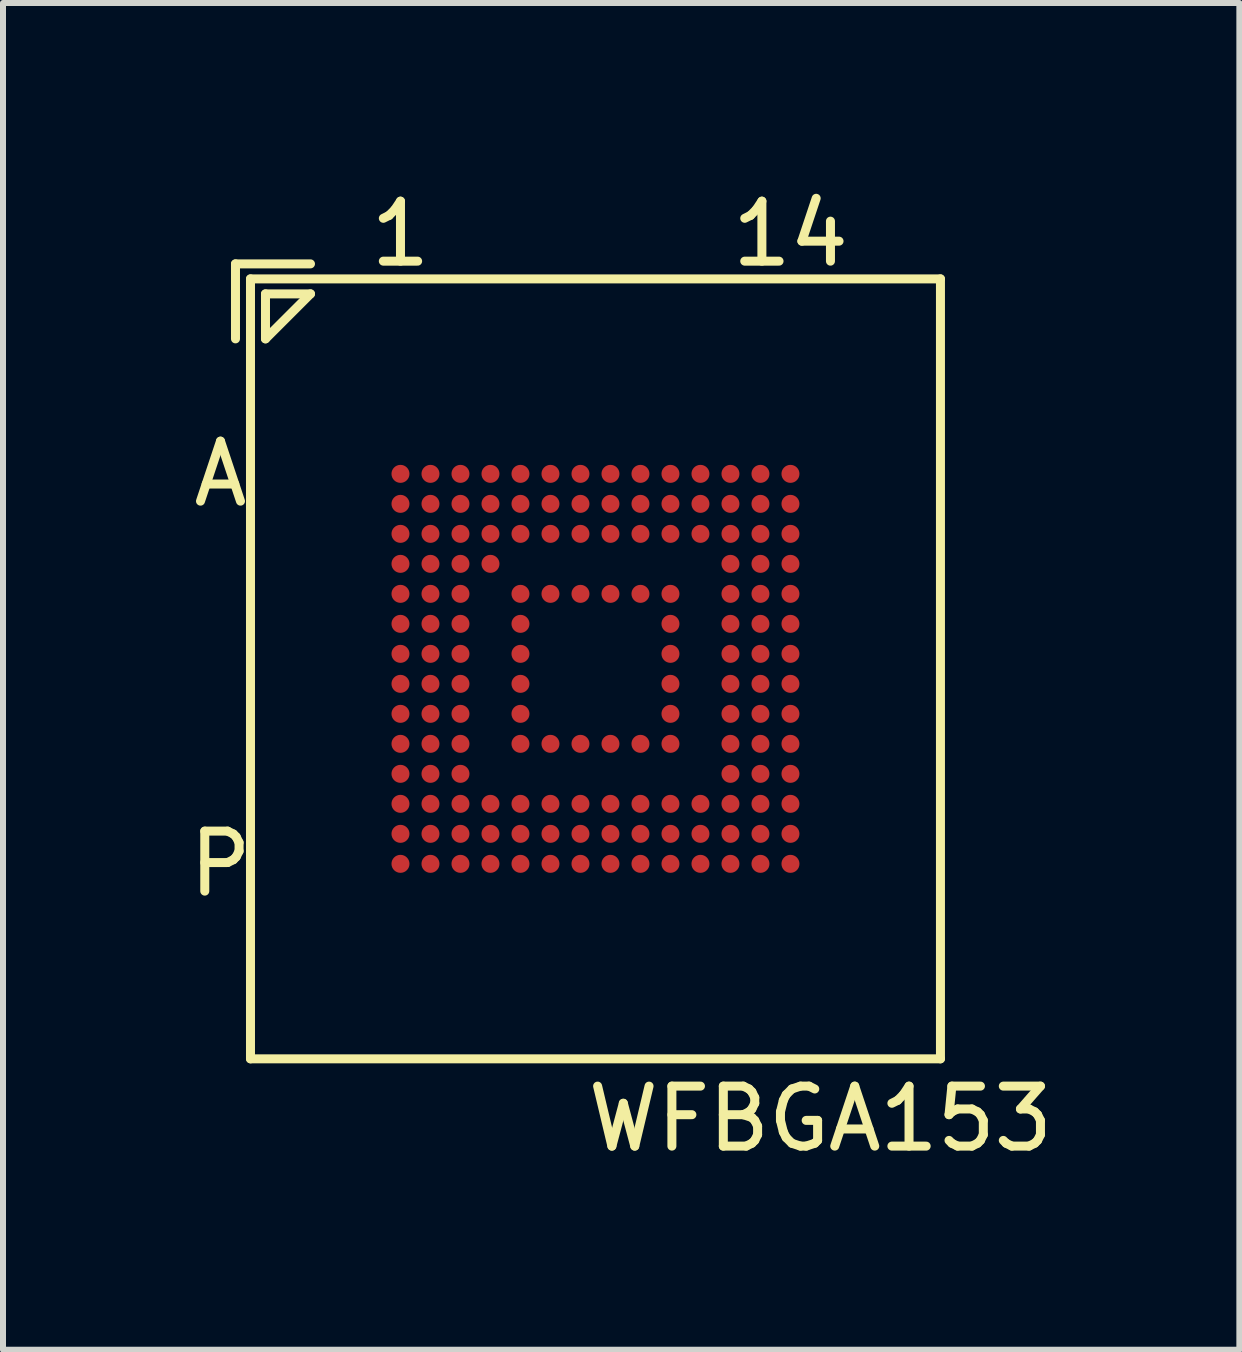
<source format=kicad_pcb>
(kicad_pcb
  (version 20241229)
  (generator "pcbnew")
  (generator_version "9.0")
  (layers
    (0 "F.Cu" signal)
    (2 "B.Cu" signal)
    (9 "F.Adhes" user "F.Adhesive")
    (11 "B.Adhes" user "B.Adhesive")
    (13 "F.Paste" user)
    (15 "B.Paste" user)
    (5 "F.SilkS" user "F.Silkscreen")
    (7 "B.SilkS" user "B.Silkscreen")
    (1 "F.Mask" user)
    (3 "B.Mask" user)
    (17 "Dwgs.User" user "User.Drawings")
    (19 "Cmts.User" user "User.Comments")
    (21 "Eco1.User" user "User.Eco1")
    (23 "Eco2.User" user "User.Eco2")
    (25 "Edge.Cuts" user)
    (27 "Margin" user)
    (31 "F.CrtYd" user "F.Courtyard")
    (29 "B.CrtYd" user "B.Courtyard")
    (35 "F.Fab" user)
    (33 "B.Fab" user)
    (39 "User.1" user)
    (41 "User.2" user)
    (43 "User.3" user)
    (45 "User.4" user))
  (footprint "WFBGA153"
    (layer "F.Cu")
    (at 6.875 8.098)
    (property "Reference" "WFBGA153" (at 3.75 7.5 0) (layer "F.SilkS") (effects (font (size 1 1) (thickness 0.15))))
    (attr through_hole)
    (fp_line (start -6 -6.75) (end -4.75 -6.75) (stroke (width 0.15) (type solid)) (layer "F.SilkS"))
    (fp_line (start -6 -5.5) (end -6 -6.75) (stroke (width 0.15) (type solid)) (layer "F.SilkS"))
    (fp_line (start -5.75 -6.5) (end 5.75 -6.5) (stroke (width 0.15) (type solid)) (layer "F.SilkS"))
    (fp_line (start -5.75 6.5) (end -5.75 -6.5) (stroke (width 0.15) (type solid)) (layer "F.SilkS"))
    (fp_line (start -5.5 -6.25) (end -4.75 -6.25) (stroke (width 0.15) (type solid)) (layer "F.SilkS"))
    (fp_line (start -5.5 -5.5) (end -5.5 -6.25) (stroke (width 0.15) (type solid)) (layer "F.SilkS"))
    (fp_line (start -4.75 -6.25) (end -5.5 -5.5) (stroke (width 0.15) (type solid)) (layer "F.SilkS"))
    (fp_line (start 5.75 -6.5) (end 5.75 6.5) (stroke (width 0.15) (type solid)) (layer "F.SilkS"))
    (fp_line (start 5.75 6.5) (end -5.75 6.5) (stroke (width 0.15) (type solid)) (layer "F.SilkS"))
    (fp_text user "A" (at -6.25 -3.25 0) (layer "F.SilkS") (effects (font (size 1 1) (thickness 0.15))))
    (fp_text user "14" (at 3.25 -7.25 0) (layer "F.SilkS") (effects (font (size 1 1) (thickness 0.15))))
    (fp_text user "1" (at -3.25 -7.25 0) (layer "F.SilkS") (effects (font (size 1 1) (thickness 0.15))))
    (fp_text user "P" (at -6.25 3.25 0) (layer "F.SilkS") (effects (font (size 1 1) (thickness 0.15))))
    (pad "A1" smd circle (at -3.25 -3.25) (size 0.3 0.3) (layers "F.Cu" "F.Mask" "F.Paste"))
    (pad "A2" smd circle (at -2.75 -3.25) (size 0.3 0.3) (layers "F.Cu" "F.Mask" "F.Paste"))
    (pad "A3" smd circle (at -2.25 -3.25) (size 0.3 0.3) (layers "F.Cu" "F.Mask" "F.Paste"))
    (pad "A4" smd circle (at -1.75 -3.25) (size 0.3 0.3) (layers "F.Cu" "F.Mask" "F.Paste"))
    (pad "A5" smd circle (at -1.25 -3.25) (size 0.3 0.3) (layers "F.Cu" "F.Mask" "F.Paste"))
    (pad "A6" smd circle (at -0.75 -3.25) (size 0.3 0.3) (layers "F.Cu" "F.Mask" "F.Paste"))
    (pad "A7" smd circle (at -0.25 -3.25) (size 0.3 0.3) (layers "F.Cu" "F.Mask" "F.Paste"))
    (pad "A8" smd circle (at 0.25 -3.25) (size 0.3 0.3) (layers "F.Cu" "F.Mask" "F.Paste"))
    (pad "A9" smd circle (at 0.75 -3.25) (size 0.3 0.3) (layers "F.Cu" "F.Mask" "F.Paste"))
    (pad "A10" smd circle (at 1.25 -3.25) (size 0.3 0.3) (layers "F.Cu" "F.Mask" "F.Paste"))
    (pad "A11" smd circle (at 1.75 -3.25) (size 0.3 0.3) (layers "F.Cu" "F.Mask" "F.Paste"))
    (pad "A12" smd circle (at 2.25 -3.25) (size 0.3 0.3) (layers "F.Cu" "F.Mask" "F.Paste"))
    (pad "A13" smd circle (at 2.75 -3.25) (size 0.3 0.3) (layers "F.Cu" "F.Mask" "F.Paste"))
    (pad "A14" smd circle (at 3.25 -3.25) (size 0.3 0.3) (layers "F.Cu" "F.Mask" "F.Paste"))
    (pad "B1" smd circle (at -3.25 -2.75) (size 0.3 0.3) (layers "F.Cu" "F.Mask" "F.Paste"))
    (pad "B2" smd circle (at -2.75 -2.75) (size 0.3 0.3) (layers "F.Cu" "F.Mask" "F.Paste"))
    (pad "B3" smd circle (at -2.25 -2.75) (size 0.3 0.3) (layers "F.Cu" "F.Mask" "F.Paste"))
    (pad "B4" smd circle (at -1.75 -2.75) (size 0.3 0.3) (layers "F.Cu" "F.Mask" "F.Paste"))
    (pad "B5" smd circle (at -1.25 -2.75) (size 0.3 0.3) (layers "F.Cu" "F.Mask" "F.Paste"))
    (pad "B6" smd circle (at -0.75 -2.75) (size 0.3 0.3) (layers "F.Cu" "F.Mask" "F.Paste"))
    (pad "B7" smd circle (at -0.25 -2.75) (size 0.3 0.3) (layers "F.Cu" "F.Mask" "F.Paste"))
    (pad "B8" smd circle (at 0.25 -2.75) (size 0.3 0.3) (layers "F.Cu" "F.Mask" "F.Paste"))
    (pad "B9" smd circle (at 0.75 -2.75) (size 0.3 0.3) (layers "F.Cu" "F.Mask" "F.Paste"))
    (pad "B10" smd circle (at 1.25 -2.75) (size 0.3 0.3) (layers "F.Cu" "F.Mask" "F.Paste"))
    (pad "B11" smd circle (at 1.75 -2.75) (size 0.3 0.3) (layers "F.Cu" "F.Mask" "F.Paste"))
    (pad "B12" smd circle (at 2.25 -2.75) (size 0.3 0.3) (layers "F.Cu" "F.Mask" "F.Paste"))
    (pad "B13" smd circle (at 2.75 -2.75) (size 0.3 0.3) (layers "F.Cu" "F.Mask" "F.Paste"))
    (pad "B14" smd circle (at 3.25 -2.75) (size 0.3 0.3) (layers "F.Cu" "F.Mask" "F.Paste"))
    (pad "C1" smd circle (at -3.25 -2.25) (size 0.3 0.3) (layers "F.Cu" "F.Mask" "F.Paste"))
    (pad "C2" smd circle (at -2.75 -2.25) (size 0.3 0.3) (layers "F.Cu" "F.Mask" "F.Paste"))
    (pad "C3" smd circle (at -2.25 -2.25) (size 0.3 0.3) (layers "F.Cu" "F.Mask" "F.Paste"))
    (pad "C4" smd circle (at -1.75 -2.25) (size 0.3 0.3) (layers "F.Cu" "F.Mask" "F.Paste"))
    (pad "C5" smd circle (at -1.25 -2.25) (size 0.3 0.3) (layers "F.Cu" "F.Mask" "F.Paste"))
    (pad "C6" smd circle (at -0.75 -2.25) (size 0.3 0.3) (layers "F.Cu" "F.Mask" "F.Paste"))
    (pad "C7" smd circle (at -0.25 -2.25) (size 0.3 0.3) (layers "F.Cu" "F.Mask" "F.Paste"))
    (pad "C8" smd circle (at 0.25 -2.25) (size 0.3 0.3) (layers "F.Cu" "F.Mask" "F.Paste"))
    (pad "C9" smd circle (at 0.75 -2.25) (size 0.3 0.3) (layers "F.Cu" "F.Mask" "F.Paste"))
    (pad "C10" smd circle (at 1.25 -2.25) (size 0.3 0.3) (layers "F.Cu" "F.Mask" "F.Paste"))
    (pad "C11" smd circle (at 1.75 -2.25) (size 0.3 0.3) (layers "F.Cu" "F.Mask" "F.Paste"))
    (pad "C12" smd circle (at 2.25 -2.25) (size 0.3 0.3) (layers "F.Cu" "F.Mask" "F.Paste"))
    (pad "C13" smd circle (at 2.75 -2.25) (size 0.3 0.3) (layers "F.Cu" "F.Mask" "F.Paste"))
    (pad "C14" smd circle (at 3.25 -2.25) (size 0.3 0.3) (layers "F.Cu" "F.Mask" "F.Paste"))
    (pad "D1" smd circle (at -3.25 -1.75) (size 0.3 0.3) (layers "F.Cu" "F.Mask" "F.Paste"))
    (pad "D2" smd circle (at -2.75 -1.75) (size 0.3 0.3) (layers "F.Cu" "F.Mask" "F.Paste"))
    (pad "D3" smd circle (at -2.25 -1.75) (size 0.3 0.3) (layers "F.Cu" "F.Mask" "F.Paste"))
    (pad "D4" smd circle (at -1.75 -1.75) (size 0.3 0.3) (layers "F.Cu" "F.Mask" "F.Paste"))
    (pad "D12" smd circle (at 2.25 -1.75) (size 0.3 0.3) (layers "F.Cu" "F.Mask" "F.Paste"))
    (pad "D13" smd circle (at 2.75 -1.75) (size 0.3 0.3) (layers "F.Cu" "F.Mask" "F.Paste"))
    (pad "D14" smd circle (at 3.25 -1.75) (size 0.3 0.3) (layers "F.Cu" "F.Mask" "F.Paste"))
    (pad "E1" smd circle (at -3.25 -1.25) (size 0.3 0.3) (layers "F.Cu" "F.Mask" "F.Paste"))
    (pad "E2" smd circle (at -2.75 -1.25) (size 0.3 0.3) (layers "F.Cu" "F.Mask" "F.Paste"))
    (pad "E3" smd circle (at -2.25 -1.25) (size 0.3 0.3) (layers "F.Cu" "F.Mask" "F.Paste"))
    (pad "E5" smd circle (at -1.25 -1.25) (size 0.3 0.3) (layers "F.Cu" "F.Mask" "F.Paste"))
    (pad "E6" smd circle (at -0.75 -1.25) (size 0.3 0.3) (layers "F.Cu" "F.Mask" "F.Paste"))
    (pad "E7" smd circle (at -0.25 -1.25) (size 0.3 0.3) (layers "F.Cu" "F.Mask" "F.Paste"))
    (pad "E8" smd circle (at 0.25 -1.25) (size 0.3 0.3) (layers "F.Cu" "F.Mask" "F.Paste"))
    (pad "E9" smd circle (at 0.75 -1.25) (size 0.3 0.3) (layers "F.Cu" "F.Mask" "F.Paste"))
    (pad "E10" smd circle (at 1.25 -1.25) (size 0.3 0.3) (layers "F.Cu" "F.Mask" "F.Paste"))
    (pad "E12" smd circle (at 2.25 -1.25) (size 0.3 0.3) (layers "F.Cu" "F.Mask" "F.Paste"))
    (pad "E13" smd circle (at 2.75 -1.25) (size 0.3 0.3) (layers "F.Cu" "F.Mask" "F.Paste"))
    (pad "E14" smd circle (at 3.25 -1.25) (size 0.3 0.3) (layers "F.Cu" "F.Mask" "F.Paste"))
    (pad "F1" smd circle (at -3.25 -0.75) (size 0.3 0.3) (layers "F.Cu" "F.Mask" "F.Paste"))
    (pad "F2" smd circle (at -2.75 -0.75) (size 0.3 0.3) (layers "F.Cu" "F.Mask" "F.Paste"))
    (pad "F3" smd circle (at -2.25 -0.75) (size 0.3 0.3) (layers "F.Cu" "F.Mask" "F.Paste"))
    (pad "F5" smd circle (at -1.25 -0.75) (size 0.3 0.3) (layers "F.Cu" "F.Mask" "F.Paste"))
    (pad "F10" smd circle (at 1.25 -0.75) (size 0.3 0.3) (layers "F.Cu" "F.Mask" "F.Paste"))
    (pad "F12" smd circle (at 2.25 -0.75) (size 0.3 0.3) (layers "F.Cu" "F.Mask" "F.Paste"))
    (pad "F13" smd circle (at 2.75 -0.75) (size 0.3 0.3) (layers "F.Cu" "F.Mask" "F.Paste"))
    (pad "F14" smd circle (at 3.25 -0.75) (size 0.3 0.3) (layers "F.Cu" "F.Mask" "F.Paste"))
    (pad "G1" smd circle (at -3.25 -0.25) (size 0.3 0.3) (layers "F.Cu" "F.Mask" "F.Paste"))
    (pad "G2" smd circle (at -2.75 -0.25) (size 0.3 0.3) (layers "F.Cu" "F.Mask" "F.Paste"))
    (pad "G3" smd circle (at -2.25 -0.25) (size 0.3 0.3) (layers "F.Cu" "F.Mask" "F.Paste"))
    (pad "G5" smd circle (at -1.25 -0.25) (size 0.3 0.3) (layers "F.Cu" "F.Mask" "F.Paste"))
    (pad "G10" smd circle (at 1.25 -0.25) (size 0.3 0.3) (layers "F.Cu" "F.Mask" "F.Paste"))
    (pad "G12" smd circle (at 2.25 -0.25) (size 0.3 0.3) (layers "F.Cu" "F.Mask" "F.Paste"))
    (pad "G13" smd circle (at 2.75 -0.25) (size 0.3 0.3) (layers "F.Cu" "F.Mask" "F.Paste"))
    (pad "G14" smd circle (at 3.25 -0.25) (size 0.3 0.3) (layers "F.Cu" "F.Mask" "F.Paste"))
    (pad "H1" smd circle (at -3.25 0.25) (size 0.3 0.3) (layers "F.Cu" "F.Mask" "F.Paste"))
    (pad "H2" smd circle (at -2.75 0.25) (size 0.3 0.3) (layers "F.Cu" "F.Mask" "F.Paste"))
    (pad "H3" smd circle (at -2.25 0.25) (size 0.3 0.3) (layers "F.Cu" "F.Mask" "F.Paste"))
    (pad "H5" smd circle (at -1.25 0.25) (size 0.3 0.3) (layers "F.Cu" "F.Mask" "F.Paste"))
    (pad "H10" smd circle (at 1.25 0.25) (size 0.3 0.3) (layers "F.Cu" "F.Mask" "F.Paste"))
    (pad "H12" smd circle (at 2.25 0.25) (size 0.3 0.3) (layers "F.Cu" "F.Mask" "F.Paste"))
    (pad "H13" smd circle (at 2.75 0.25) (size 0.3 0.3) (layers "F.Cu" "F.Mask" "F.Paste"))
    (pad "H14" smd circle (at 3.25 0.25) (size 0.3 0.3) (layers "F.Cu" "F.Mask" "F.Paste"))
    (pad "J1" smd circle (at -3.25 0.75) (size 0.3 0.3) (layers "F.Cu" "F.Mask" "F.Paste"))
    (pad "J2" smd circle (at -2.75 0.75) (size 0.3 0.3) (layers "F.Cu" "F.Mask" "F.Paste"))
    (pad "J3" smd circle (at -2.25 0.75) (size 0.3 0.3) (layers "F.Cu" "F.Mask" "F.Paste"))
    (pad "J5" smd circle (at -1.25 0.75) (size 0.3 0.3) (layers "F.Cu" "F.Mask" "F.Paste"))
    (pad "J10" smd circle (at 1.25 0.75) (size 0.3 0.3) (layers "F.Cu" "F.Mask" "F.Paste"))
    (pad "J12" smd circle (at 2.25 0.75) (size 0.3 0.3) (layers "F.Cu" "F.Mask" "F.Paste"))
    (pad "J13" smd circle (at 2.75 0.75) (size 0.3 0.3) (layers "F.Cu" "F.Mask" "F.Paste"))
    (pad "J14" smd circle (at 3.25 0.75) (size 0.3 0.3) (layers "F.Cu" "F.Mask" "F.Paste"))
    (pad "K1" smd circle (at -3.25 1.25) (size 0.3 0.3) (layers "F.Cu" "F.Mask" "F.Paste"))
    (pad "K2" smd circle (at -2.75 1.25) (size 0.3 0.3) (layers "F.Cu" "F.Mask" "F.Paste"))
    (pad "K3" smd circle (at -2.25 1.25) (size 0.3 0.3) (layers "F.Cu" "F.Mask" "F.Paste"))
    (pad "K5" smd circle (at -1.25 1.25) (size 0.3 0.3) (layers "F.Cu" "F.Mask" "F.Paste"))
    (pad "K6" smd circle (at -0.75 1.25) (size 0.3 0.3) (layers "F.Cu" "F.Mask" "F.Paste"))
    (pad "K7" smd circle (at -0.25 1.25) (size 0.3 0.3) (layers "F.Cu" "F.Mask" "F.Paste"))
    (pad "K8" smd circle (at 0.25 1.25) (size 0.3 0.3) (layers "F.Cu" "F.Mask" "F.Paste"))
    (pad "K9" smd circle (at 0.75 1.25) (size 0.3 0.3) (layers "F.Cu" "F.Mask" "F.Paste"))
    (pad "K10" smd circle (at 1.25 1.25) (size 0.3 0.3) (layers "F.Cu" "F.Mask" "F.Paste"))
    (pad "K12" smd circle (at 2.25 1.25) (size 0.3 0.3) (layers "F.Cu" "F.Mask" "F.Paste"))
    (pad "K13" smd circle (at 2.75 1.25) (size 0.3 0.3) (layers "F.Cu" "F.Mask" "F.Paste"))
    (pad "K14" smd circle (at 3.25 1.25) (size 0.3 0.3) (layers "F.Cu" "F.Mask" "F.Paste"))
    (pad "L1" smd circle (at -3.25 1.75) (size 0.3 0.3) (layers "F.Cu" "F.Mask" "F.Paste"))
    (pad "L2" smd circle (at -2.75 1.75) (size 0.3 0.3) (layers "F.Cu" "F.Mask" "F.Paste"))
    (pad "L3" smd circle (at -2.25 1.75) (size 0.3 0.3) (layers "F.Cu" "F.Mask" "F.Paste"))
    (pad "L12" smd circle (at 2.25 1.75) (size 0.3 0.3) (layers "F.Cu" "F.Mask" "F.Paste"))
    (pad "L13" smd circle (at 2.75 1.75) (size 0.3 0.3) (layers "F.Cu" "F.Mask" "F.Paste"))
    (pad "L14" smd circle (at 3.25 1.75) (size 0.3 0.3) (layers "F.Cu" "F.Mask" "F.Paste"))
    (pad "M1" smd circle (at -3.25 2.25) (size 0.3 0.3) (layers "F.Cu" "F.Mask" "F.Paste"))
    (pad "M2" smd circle (at -2.75 2.25) (size 0.3 0.3) (layers "F.Cu" "F.Mask" "F.Paste"))
    (pad "M3" smd circle (at -2.25 2.25) (size 0.3 0.3) (layers "F.Cu" "F.Mask" "F.Paste"))
    (pad "M4" smd circle (at -1.75 2.25) (size 0.3 0.3) (layers "F.Cu" "F.Mask" "F.Paste"))
    (pad "M5" smd circle (at -1.25 2.25) (size 0.3 0.3) (layers "F.Cu" "F.Mask" "F.Paste"))
    (pad "M6" smd circle (at -0.75 2.25) (size 0.3 0.3) (layers "F.Cu" "F.Mask" "F.Paste"))
    (pad "M7" smd circle (at -0.25 2.25) (size 0.3 0.3) (layers "F.Cu" "F.Mask" "F.Paste"))
    (pad "M8" smd circle (at 0.25 2.25) (size 0.3 0.3) (layers "F.Cu" "F.Mask" "F.Paste"))
    (pad "M9" smd circle (at 0.75 2.25) (size 0.3 0.3) (layers "F.Cu" "F.Mask" "F.Paste"))
    (pad "M10" smd circle (at 1.25 2.25) (size 0.3 0.3) (layers "F.Cu" "F.Mask" "F.Paste"))
    (pad "M11" smd circle (at 1.75 2.25) (size 0.3 0.3) (layers "F.Cu" "F.Mask" "F.Paste"))
    (pad "M12" smd circle (at 2.25 2.25) (size 0.3 0.3) (layers "F.Cu" "F.Mask" "F.Paste"))
    (pad "M13" smd circle (at 2.75 2.25) (size 0.3 0.3) (layers "F.Cu" "F.Mask" "F.Paste"))
    (pad "M14" smd circle (at 3.25 2.25) (size 0.3 0.3) (layers "F.Cu" "F.Mask" "F.Paste"))
    (pad "N1" smd circle (at -3.25 2.75) (size 0.3 0.3) (layers "F.Cu" "F.Mask" "F.Paste"))
    (pad "N2" smd circle (at -2.75 2.75) (size 0.3 0.3) (layers "F.Cu" "F.Mask" "F.Paste"))
    (pad "N3" smd circle (at -2.25 2.75) (size 0.3 0.3) (layers "F.Cu" "F.Mask" "F.Paste"))
    (pad "N4" smd circle (at -1.75 2.75) (size 0.3 0.3) (layers "F.Cu" "F.Mask" "F.Paste"))
    (pad "N5" smd circle (at -1.25 2.75) (size 0.3 0.3) (layers "F.Cu" "F.Mask" "F.Paste"))
    (pad "N6" smd circle (at -0.75 2.75) (size 0.3 0.3) (layers "F.Cu" "F.Mask" "F.Paste"))
    (pad "N7" smd circle (at -0.25 2.75) (size 0.3 0.3) (layers "F.Cu" "F.Mask" "F.Paste"))
    (pad "N8" smd circle (at 0.25 2.75) (size 0.3 0.3) (layers "F.Cu" "F.Mask" "F.Paste"))
    (pad "N9" smd circle (at 0.75 2.75) (size 0.3 0.3) (layers "F.Cu" "F.Mask" "F.Paste"))
    (pad "N10" smd circle (at 1.25 2.75) (size 0.3 0.3) (layers "F.Cu" "F.Mask" "F.Paste"))
    (pad "N11" smd circle (at 1.75 2.75) (size 0.3 0.3) (layers "F.Cu" "F.Mask" "F.Paste"))
    (pad "N12" smd circle (at 2.25 2.75) (size 0.3 0.3) (layers "F.Cu" "F.Mask" "F.Paste"))
    (pad "N13" smd circle (at 2.75 2.75) (size 0.3 0.3) (layers "F.Cu" "F.Mask" "F.Paste"))
    (pad "N14" smd circle (at 3.25 2.75) (size 0.3 0.3) (layers "F.Cu" "F.Mask" "F.Paste"))
    (pad "P1" smd circle (at -3.25 3.25) (size 0.3 0.3) (layers "F.Cu" "F.Mask" "F.Paste"))
    (pad "P2" smd circle (at -2.75 3.25) (size 0.3 0.3) (layers "F.Cu" "F.Mask" "F.Paste"))
    (pad "P3" smd circle (at -2.25 3.25) (size 0.3 0.3) (layers "F.Cu" "F.Mask" "F.Paste"))
    (pad "P4" smd circle (at -1.75 3.25) (size 0.3 0.3) (layers "F.Cu" "F.Mask" "F.Paste"))
    (pad "P5" smd circle (at -1.25 3.25) (size 0.3 0.3) (layers "F.Cu" "F.Mask" "F.Paste"))
    (pad "P6" smd circle (at -0.75 3.25) (size 0.3 0.3) (layers "F.Cu" "F.Mask" "F.Paste"))
    (pad "P7" smd circle (at -0.25 3.25) (size 0.3 0.3) (layers "F.Cu" "F.Mask" "F.Paste"))
    (pad "P8" smd circle (at 0.25 3.25) (size 0.3 0.3) (layers "F.Cu" "F.Mask" "F.Paste"))
    (pad "P9" smd circle (at 0.75 3.25) (size 0.3 0.3) (layers "F.Cu" "F.Mask" "F.Paste"))
    (pad "P10" smd circle (at 1.25 3.25) (size 0.3 0.3) (layers "F.Cu" "F.Mask" "F.Paste"))
    (pad "P11" smd circle (at 1.75 3.25) (size 0.3 0.3) (layers "F.Cu" "F.Mask" "F.Paste"))
    (pad "P12" smd circle (at 2.25 3.25) (size 0.3 0.3) (layers "F.Cu" "F.Mask" "F.Paste"))
    (pad "P13" smd circle (at 2.75 3.25) (size 0.3 0.3) (layers "F.Cu" "F.Mask" "F.Paste"))
    (pad "P14" smd circle (at 3.25 3.25) (size 0.3 0.3) (layers "F.Cu" "F.Mask" "F.Paste")))
  (gr_rect
    (start -3 -3)
    (end 17.607 19.447)
    (stroke (width 0.1) (type default))
    (fill no)
    (layer "Edge.Cuts")))
</source>
